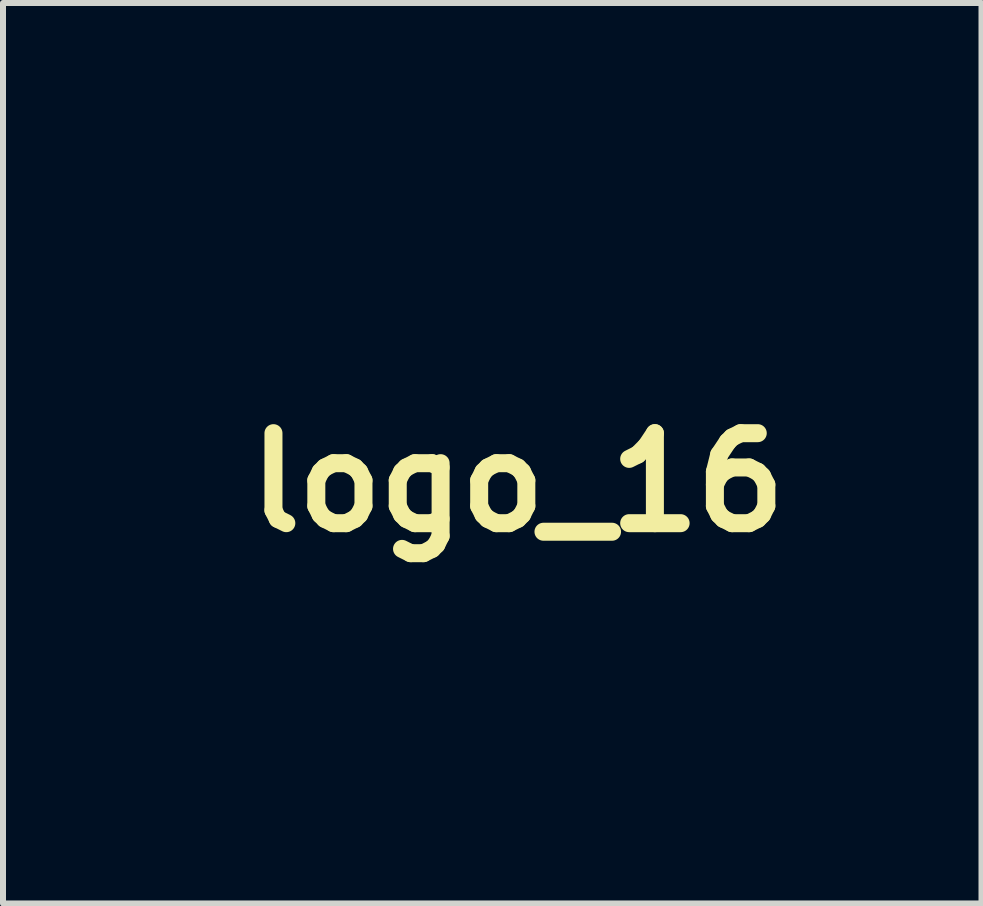
<source format=kicad_pcb>
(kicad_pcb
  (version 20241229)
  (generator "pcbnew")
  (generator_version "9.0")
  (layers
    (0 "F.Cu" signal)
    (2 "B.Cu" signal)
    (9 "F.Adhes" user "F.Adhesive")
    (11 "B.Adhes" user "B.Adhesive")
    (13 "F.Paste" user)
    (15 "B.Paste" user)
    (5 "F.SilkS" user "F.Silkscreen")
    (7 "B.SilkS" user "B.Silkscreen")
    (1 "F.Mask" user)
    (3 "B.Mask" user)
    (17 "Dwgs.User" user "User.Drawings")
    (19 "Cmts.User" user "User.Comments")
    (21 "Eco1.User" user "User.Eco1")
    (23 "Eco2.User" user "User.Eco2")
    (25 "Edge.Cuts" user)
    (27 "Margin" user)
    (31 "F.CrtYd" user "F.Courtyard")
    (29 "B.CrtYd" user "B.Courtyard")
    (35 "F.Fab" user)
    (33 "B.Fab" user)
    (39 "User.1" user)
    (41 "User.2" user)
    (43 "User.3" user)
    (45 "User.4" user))
  (footprint "logo_16"
    (layer "F.Cu")
    (at 5.579 4.991)
    (property "Reference" "logo_16" (at 0 0 0) (layer "F.SilkS") (effects (font (size 1.5 1.5) (thickness 0.3))))
    (attr board_only exclude_from_pos_files exclude_from_bom)
    (fp_poly (pts (xy -4.3 3.758) (xy -4.3 4.003) (xy -4.248 4.003) (xy -4.212 3.999) (xy -4.191 3.989) (xy -4.19 3.987) (xy -4.188 3.969) (xy -4.187 3.93) (xy -4.186 3.874) (xy -4.186 3.806) (xy -4.187 3.745) (xy -4.19 3.52) (xy -4.245 3.516) (xy -4.3 3.512)) (stroke (width 0) (type solid)) (fill yes) (layer "B.Mask"))
    (fp_poly (pts (xy -2.65 3.758) (xy -2.65 4.003) (xy -2.598 4.003) (xy -2.561 3.999) (xy -2.541 3.989) (xy -2.539 3.987) (xy -2.537 3.969) (xy -2.536 3.93) (xy -2.536 3.874) (xy -2.536 3.806) (xy -2.536 3.745) (xy -2.54 3.52) (xy -2.595 3.516) (xy -2.65 3.512)) (stroke (width 0) (type solid)) (fill yes) (layer "B.Mask"))
    (fp_poly (pts (xy 1.102 3.758) (xy 1.102 4.003) (xy 1.154 4.003) (xy 1.191 3.999) (xy 1.211 3.989) (xy 1.213 3.987) (xy 1.215 3.969) (xy 1.216 3.93) (xy 1.216 3.874) (xy 1.216 3.806) (xy 1.216 3.745) (xy 1.212 3.52) (xy 1.157 3.516) (xy 1.102 3.512)) (stroke (width 0) (type solid)) (fill yes) (layer "B.Mask"))
    (fp_poly (pts (xy -4.777 3.565) (xy -4.777 3.617) (xy -4.706 3.617) (xy -4.636 3.617) (xy -4.632 3.807) (xy -4.629 3.997) (xy -4.574 4.001) (xy -4.519 4.005) (xy -4.519 3.811) (xy -4.519 3.618) (xy -4.445 3.614) (xy -4.371 3.61) (xy -4.371 3.565) (xy -4.371 3.52) (xy -4.574 3.516) (xy -4.777 3.513)) (stroke (width 0) (type solid)) (fill yes) (layer "B.Mask"))
    (fp_poly (pts (xy 1.27 3.564) (xy 1.27 3.615) (xy 1.342 3.619) (xy 1.414 3.623) (xy 1.416 3.81) (xy 1.418 3.997) (xy 1.473 4.001) (xy 1.528 4.005) (xy 1.528 3.811) (xy 1.528 3.618) (xy 1.602 3.614) (xy 1.676 3.61) (xy 1.676 3.565) (xy 1.676 3.52) (xy 1.473 3.516) (xy 1.27 3.513)) (stroke (width 0) (type solid)) (fill yes) (layer "B.Mask"))
    (fp_poly (pts (xy -4.106 3.677) (xy -4.103 3.775) (xy -4.094 3.85) (xy -4.078 3.907) (xy -4.052 3.949) (xy -4.016 3.979) (xy -3.967 4.001) (xy -3.966 4.002) (xy -3.896 4.015) (xy -3.829 4.006) (xy -3.784 3.987) (xy -3.742 3.961) (xy -3.711 3.929) (xy -3.689 3.887) (xy -3.676 3.831) (xy -3.67 3.757) (xy -3.668 3.678) (xy -3.668 3.512) (xy -3.723 3.516) (xy -3.778 3.52) (xy -3.784 3.69) (xy -3.788 3.768) (xy -3.793 3.823) (xy -3.802 3.861) (xy -3.815 3.884) (xy -3.835 3.898) (xy -3.864 3.906) (xy -3.876 3.908) (xy -3.918 3.908) (xy -3.952 3.89) (xy -3.965 3.878) (xy -3.974 3.864) (xy -3.98 3.843) (xy -3.985 3.81) (xy -3.988 3.761) (xy -3.991 3.692) (xy -3.997 3.52) (xy -4.052 3.516) (xy -4.107 3.512)) (stroke (width 0) (type solid)) (fill yes) (layer "B.Mask"))
    (fp_poly (pts (xy -3.487 3.508) (xy -3.56 3.534) (xy -3.595 3.556) (xy -3.632 3.581) (xy -3.593 3.62) (xy -3.568 3.644) (xy -3.551 3.651) (xy -3.534 3.644) (xy -3.525 3.638) (xy -3.483 3.621) (xy -3.43 3.618) (xy -3.378 3.628) (xy -3.361 3.635) (xy -3.321 3.669) (xy -3.299 3.722) (xy -3.294 3.769) (xy -3.305 3.827) (xy -3.339 3.872) (xy -3.372 3.894) (xy -3.422 3.911) (xy -3.472 3.907) (xy -3.516 3.889) (xy -3.564 3.865) (xy -3.6 3.903) (xy -3.636 3.94) (xy -3.604 3.965) (xy -3.542 3.998) (xy -3.469 4.014) (xy -3.393 4.012) (xy -3.326 3.992) (xy -3.262 3.95) (xy -3.217 3.89) (xy -3.192 3.82) (xy -3.187 3.738) (xy -3.203 3.665) (xy -3.237 3.603) (xy -3.286 3.554) (xy -3.346 3.52) (xy -3.415 3.504)) (stroke (width 0) (type solid)) (fill yes) (layer "B.Mask"))
    (fp_poly (pts (xy -1.18 3.758) (xy -1.18 4.003) (xy -1.144 4.003) (xy -1.127 4.001) (xy -1.109 3.99) (xy -1.086 3.969) (xy -1.056 3.934) (xy -1.015 3.883) (xy -0.999 3.862) (xy -0.89 3.72) (xy -0.883 3.858) (xy -0.877 3.997) (xy -0.828 4.001) (xy -0.79 3.999) (xy -0.773 3.988) (xy -0.771 3.97) (xy -0.77 3.93) (xy -0.769 3.874) (xy -0.769 3.806) (xy -0.77 3.745) (xy -0.774 3.52) (xy -0.815 3.516) (xy -0.833 3.516) (xy -0.85 3.521) (xy -0.868 3.535) (xy -0.892 3.56) (xy -0.926 3.601) (xy -0.957 3.641) (xy -0.995 3.689) (xy -1.029 3.73) (xy -1.054 3.758) (xy -1.066 3.77) (xy -1.067 3.77) (xy -1.071 3.759) (xy -1.074 3.727) (xy -1.076 3.68) (xy -1.077 3.642) (xy -1.077 3.513) (xy -1.128 3.513) (xy -1.18 3.513)) (stroke (width 0) (type solid)) (fill yes) (layer "B.Mask"))
    (fp_poly (pts (xy -2.342 3.507) (xy -2.41 3.53) (xy -2.453 3.558) (xy -2.488 3.589) (xy -2.454 3.624) (xy -2.431 3.646) (xy -2.414 3.651) (xy -2.395 3.641) (xy -2.39 3.638) (xy -2.347 3.621) (xy -2.294 3.617) (xy -2.242 3.626) (xy -2.207 3.643) (xy -2.171 3.685) (xy -2.155 3.737) (xy -2.156 3.792) (xy -2.175 3.842) (xy -2.211 3.881) (xy -2.231 3.893) (xy -2.285 3.911) (xy -2.335 3.907) (xy -2.381 3.888) (xy -2.427 3.863) (xy -2.461 3.899) (xy -2.483 3.923) (xy -2.487 3.937) (xy -2.477 3.951) (xy -2.472 3.956) (xy -2.418 3.99) (xy -2.349 4.01) (xy -2.275 4.015) (xy -2.209 4.004) (xy -2.145 3.972) (xy -2.097 3.924) (xy -2.063 3.863) (xy -2.046 3.795) (xy -2.046 3.725) (xy -2.064 3.656) (xy -2.101 3.594) (xy -2.132 3.562) (xy -2.196 3.523) (xy -2.268 3.505)) (stroke (width 0) (type solid)) (fill yes) (layer "B.Mask"))
    (fp_poly (pts (xy -1.447 3.514) (xy -1.493 3.518) (xy -1.529 3.526) (xy -1.561 3.54) (xy -1.567 3.542) (xy -1.629 3.587) (xy -1.671 3.648) (xy -1.689 3.707) (xy -1.692 3.79) (xy -1.673 3.863) (xy -1.633 3.925) (xy -1.574 3.971) (xy -1.567 3.974) (xy -1.534 3.989) (xy -1.5 3.997) (xy -1.457 4.002) (xy -1.396 4.003) (xy -1.383 4.003) (xy -1.257 4.003) (xy -1.257 3.758) (xy -1.36 3.758) (xy -1.36 3.9) (xy -1.419 3.9) (xy -1.465 3.896) (xy -1.506 3.885) (xy -1.515 3.881) (xy -1.553 3.853) (xy -1.573 3.815) (xy -1.579 3.76) (xy -1.579 3.758) (xy -1.576 3.718) (xy -1.568 3.685) (xy -1.566 3.68) (xy -1.536 3.649) (xy -1.488 3.627) (xy -1.429 3.617) (xy -1.419 3.617) (xy -1.36 3.617) (xy -1.36 3.758) (xy -1.257 3.758) (xy -1.257 3.513) (xy -1.383 3.513)) (stroke (width 0) (type solid)) (fill yes) (layer "B.Mask"))
    (fp_poly (pts (xy 0.74 3.507) (xy 0.671 3.53) (xy 0.629 3.558) (xy 0.593 3.589) (xy 0.627 3.624) (xy 0.651 3.646) (xy 0.667 3.651) (xy 0.687 3.641) (xy 0.691 3.638) (xy 0.734 3.621) (xy 0.787 3.617) (xy 0.84 3.626) (xy 0.875 3.643) (xy 0.91 3.685) (xy 0.927 3.737) (xy 0.926 3.791) (xy 0.908 3.842) (xy 0.874 3.881) (xy 0.857 3.891) (xy 0.805 3.907) (xy 0.751 3.907) (xy 0.703 3.891) (xy 0.689 3.88) (xy 0.671 3.867) (xy 0.657 3.867) (xy 0.636 3.884) (xy 0.625 3.894) (xy 0.602 3.919) (xy 0.596 3.937) (xy 0.603 3.95) (xy 0.642 3.98) (xy 0.698 4.001) (xy 0.763 4.013) (xy 0.829 4.012) (xy 0.873 4.004) (xy 0.936 3.972) (xy 0.985 3.924) (xy 1.018 3.863) (xy 1.035 3.795) (xy 1.035 3.725) (xy 1.017 3.656) (xy 0.981 3.594) (xy 0.949 3.562) (xy 0.885 3.523) (xy 0.813 3.505)) (stroke (width 0) (type solid)) (fill yes) (layer "B.Mask"))
    (fp_poly (pts (xy 2.881 3.518) (xy 2.813 3.547) (xy 2.763 3.595) (xy 2.73 3.661) (xy 2.716 3.745) (xy 2.721 3.832) (xy 2.746 3.902) (xy 2.79 3.956) (xy 2.855 3.994) (xy 2.865 3.998) (xy 2.945 4.014) (xy 3.025 4.007) (xy 3.069 3.992) (xy 3.135 3.949) (xy 3.181 3.891) (xy 3.207 3.82) (xy 3.21 3.758) (xy 3.101 3.758) (xy 3.091 3.82) (xy 3.062 3.868) (xy 3.021 3.9) (xy 2.969 3.912) (xy 2.912 3.902) (xy 2.894 3.894) (xy 2.852 3.859) (xy 2.827 3.811) (xy 2.819 3.758) (xy 2.828 3.704) (xy 2.853 3.657) (xy 2.895 3.622) (xy 2.906 3.617) (xy 2.963 3.606) (xy 3.016 3.616) (xy 3.059 3.647) (xy 3.089 3.693) (xy 3.101 3.753) (xy 3.101 3.758) (xy 3.21 3.758) (xy 3.211 3.74) (xy 3.206 3.709) (xy 3.179 3.629) (xy 3.136 3.569) (xy 3.077 3.529) (xy 3.002 3.51) (xy 2.965 3.508)) (stroke (width 0) (type solid)) (fill yes) (layer "B.Mask"))
    (fp_poly (pts (xy -0.455 3.516) (xy -0.512 3.52) (xy -0.614 3.75) (xy -0.645 3.821) (xy -0.673 3.885) (xy -0.695 3.937) (xy -0.71 3.974) (xy -0.716 3.991) (xy -0.716 3.991) (xy -0.704 3.999) (xy -0.675 4.003) (xy -0.659 4.003) (xy -0.623 4.002) (xy -0.603 3.993) (xy -0.591 3.972) (xy -0.587 3.958) (xy -0.572 3.913) (xy -0.457 3.913) (xy -0.341 3.913) (xy -0.32 3.958) (xy -0.303 3.987) (xy -0.284 4) (xy -0.252 4.003) (xy -0.243 4.003) (xy -0.209 4.001) (xy -0.189 3.995) (xy -0.187 3.992) (xy -0.192 3.977) (xy -0.206 3.943) (xy -0.228 3.892) (xy -0.255 3.829) (xy -0.264 3.81) (xy -0.382 3.81) (xy -0.452 3.81) (xy -0.522 3.81) (xy -0.489 3.737) (xy -0.472 3.698) (xy -0.459 3.669) (xy -0.453 3.659) (xy -0.446 3.668) (xy -0.433 3.695) (xy -0.416 3.733) (xy -0.382 3.81) (xy -0.264 3.81) (xy -0.287 3.758) (xy -0.292 3.746) (xy -0.398 3.512)) (stroke (width 0) (type solid)) (fill yes) (layer "B.Mask"))
    (fp_poly (pts (xy 1.852 3.516) (xy 1.785 3.551) (xy 1.773 3.561) (xy 1.724 3.617) (xy 1.694 3.683) (xy 1.683 3.756) (xy 1.69 3.828) (xy 1.715 3.895) (xy 1.758 3.951) (xy 1.786 3.973) (xy 1.839 3.997) (xy 1.905 4.01) (xy 1.971 4.012) (xy 2.024 4.002) (xy 2.087 3.966) (xy 2.136 3.912) (xy 2.168 3.846) (xy 2.183 3.773) (xy 2.182 3.754) (xy 2.071 3.754) (xy 2.066 3.808) (xy 2.045 3.856) (xy 2.009 3.89) (xy 1.999 3.895) (xy 1.94 3.911) (xy 1.887 3.904) (xy 1.854 3.888) (xy 1.815 3.85) (xy 1.793 3.797) (xy 1.791 3.736) (xy 1.797 3.707) (xy 1.824 3.655) (xy 1.867 3.623) (xy 1.928 3.61) (xy 1.938 3.61) (xy 1.979 3.614) (xy 2.008 3.629) (xy 2.032 3.652) (xy 2.06 3.7) (xy 2.071 3.754) (xy 2.182 3.754) (xy 2.178 3.698) (xy 2.161 3.648) (xy 2.119 3.585) (xy 2.063 3.538) (xy 1.996 3.511) (xy 1.924 3.503)) (stroke (width 0) (type solid)) (fill yes) (layer "B.Mask"))
    (fp_poly (pts (xy 0.071 -2.837) (xy 0.071 -1.966) (xy 0.661 -1.964) (xy 0.783 -1.964) (xy 0.897 -1.964) (xy 1.002 -1.964) (xy 1.094 -1.964) (xy 1.17 -1.964) (xy 1.229 -1.964) (xy 1.266 -1.964) (xy 1.28 -1.965) (xy 1.302 -1.963) (xy 1.309 -1.957) (xy 1.3 -1.947) (xy 1.273 -1.92) (xy 1.231 -1.876) (xy 1.173 -1.817) (xy 1.1 -1.743) (xy 1.013 -1.656) (xy 0.914 -1.556) (xy 0.803 -1.444) (xy 0.682 -1.322) (xy 0.55 -1.19) (xy 0.409 -1.049) (xy 0.26 -0.899) (xy 0.104 -0.743) (xy -0.058 -0.58) (xy -0.226 -0.413) (xy -0.293 -0.345) (xy -1.895 1.257) (xy -1.534 1.256) (xy -1.173 1.255) (xy 0.679 -0.604) (xy 2.53 -2.463) (xy 1.552 -2.466) (xy 0.573 -2.469) (xy 0.577 -2.833) (xy 0.58 -3.198) (xy 1.621 -3.201) (xy 2.662 -3.204) (xy 2.662 -1.721) (xy 2.662 -0.239) (xy 2.914 -0.239) (xy 3.165 -0.239) (xy 3.165 -1.973) (xy 3.165 -3.707) (xy 1.618 -3.707) (xy 0.071 -3.707)) (stroke (width 0) (type solid)) (fill yes) (layer "B.Mask"))
    (fp_poly (pts (xy -0.13 -2.589) (xy -0.157 -2.563) (xy -0.2 -2.522) (xy -0.256 -2.467) (xy -0.325 -2.4) (xy -0.404 -2.321) (xy -0.493 -2.233) (xy -0.59 -2.136) (xy -0.694 -2.033) (xy -0.787 -1.94) (xy -1.444 -1.283) (xy -1.451 -1.834) (xy -1.457 -2.385) (xy -1.599 -2.383) (xy -1.741 -2.38) (xy -1.747 -1.457) (xy -1.748 -1.255) (xy -1.749 -1.077) (xy -1.749 -0.924) (xy -1.749 -0.796) (xy -1.748 -0.694) (xy -1.747 -0.617) (xy -1.745 -0.566) (xy -1.742 -0.54) (xy -1.741 -0.537) (xy -1.73 -0.546) (xy -1.702 -0.572) (xy -1.659 -0.613) (xy -1.603 -0.669) (xy -1.534 -0.737) (xy -1.454 -0.816) (xy -1.365 -0.905) (xy -1.269 -1.002) (xy -1.166 -1.105) (xy -1.077 -1.195) (xy -0.425 -1.851) (xy -0.419 -1.3) (xy -0.413 -0.748) (xy -0.261 -0.744) (xy -0.11 -0.741) (xy -0.11 -1.669) (xy -0.11 -1.821) (xy -0.11 -1.966) (xy -0.111 -2.101) (xy -0.112 -2.223) (xy -0.113 -2.332) (xy -0.114 -2.425) (xy -0.115 -2.5) (xy -0.116 -2.556) (xy -0.118 -2.589) (xy -0.119 -2.598)) (stroke (width 0) (type solid)) (fill yes) (layer "B.Mask"))
    (fp_poly (pts (xy 2.448 3.515) (xy 2.392 3.518) (xy 2.348 3.523) (xy 2.33 3.527) (xy 2.285 3.555) (xy 2.255 3.598) (xy 2.244 3.648) (xy 2.253 3.698) (xy 2.26 3.711) (xy 2.275 3.739) (xy 2.276 3.756) (xy 2.264 3.773) (xy 2.261 3.776) (xy 2.235 3.822) (xy 2.231 3.876) (xy 2.242 3.919) (xy 2.26 3.951) (xy 2.287 3.974) (xy 2.324 3.99) (xy 2.378 3.999) (xy 2.451 4.003) (xy 2.501 4.003) (xy 2.65 4.003) (xy 2.65 3.849) (xy 2.534 3.849) (xy 2.534 3.9) (xy 2.462 3.9) (xy 2.417 3.898) (xy 2.38 3.892) (xy 2.365 3.887) (xy 2.342 3.866) (xy 2.342 3.845) (xy 2.36 3.824) (xy 2.394 3.808) (xy 2.441 3.798) (xy 2.466 3.797) (xy 2.534 3.797) (xy 2.534 3.849) (xy 2.65 3.849) (xy 2.65 3.758) (xy 2.65 3.663) (xy 2.534 3.663) (xy 2.534 3.71) (xy 2.456 3.704) (xy 2.412 3.699) (xy 2.377 3.69) (xy 2.363 3.683) (xy 2.354 3.663) (xy 2.361 3.645) (xy 2.379 3.631) (xy 2.413 3.623) (xy 2.454 3.619) (xy 2.534 3.615) (xy 2.534 3.663) (xy 2.65 3.663) (xy 2.65 3.513) (xy 2.51 3.513)) (stroke (width 0) (type solid)) (fill yes) (layer "B.Mask"))
    (fp_poly (pts (xy 0.27 3.511) (xy 0.205 3.543) (xy 0.176 3.569) (xy 0.145 3.602) (xy 0.188 3.628) (xy 0.216 3.644) (xy 0.234 3.647) (xy 0.253 3.636) (xy 0.262 3.629) (xy 0.297 3.612) (xy 0.34 3.604) (xy 0.382 3.606) (xy 0.414 3.618) (xy 0.419 3.623) (xy 0.429 3.65) (xy 0.417 3.674) (xy 0.391 3.686) (xy 0.32 3.7) (xy 0.27 3.711) (xy 0.236 3.721) (xy 0.212 3.732) (xy 0.194 3.745) (xy 0.183 3.756) (xy 0.149 3.808) (xy 0.14 3.864) (xy 0.153 3.918) (xy 0.184 3.961) (xy 0.233 3.993) (xy 0.294 4.012) (xy 0.361 4.016) (xy 0.428 4.004) (xy 0.469 3.987) (xy 0.512 3.96) (xy 0.542 3.93) (xy 0.557 3.901) (xy 0.554 3.879) (xy 0.548 3.874) (xy 0.505 3.855) (xy 0.469 3.859) (xy 0.441 3.88) (xy 0.406 3.902) (xy 0.364 3.913) (xy 0.321 3.913) (xy 0.283 3.903) (xy 0.258 3.884) (xy 0.251 3.863) (xy 0.258 3.838) (xy 0.28 3.819) (xy 0.322 3.804) (xy 0.362 3.796) (xy 0.435 3.778) (xy 0.485 3.756) (xy 0.517 3.726) (xy 0.532 3.685) (xy 0.535 3.646) (xy 0.524 3.588) (xy 0.492 3.544) (xy 0.44 3.515) (xy 0.371 3.501) (xy 0.348 3.501)) (stroke (width 0) (type solid)) (fill yes) (layer "B.Mask"))
    (fp_poly (pts (xy -2.872 3.514) (xy -2.939 3.514) (xy -2.987 3.517) (xy -3.02 3.522) (xy -3.045 3.531) (xy -3.058 3.539) (xy -3.106 3.582) (xy -3.132 3.638) (xy -3.136 3.703) (xy -3.124 3.748) (xy -3.103 3.788) (xy -3.076 3.815) (xy -3.053 3.823) (xy -3.041 3.825) (xy -3.039 3.833) (xy -3.05 3.851) (xy -3.075 3.882) (xy -3.101 3.912) (xy -3.132 3.948) (xy -3.154 3.977) (xy -3.165 3.994) (xy -3.165 3.995) (xy -3.154 4) (xy -3.124 4.003) (xy -3.103 4.003) (xy -3.071 4.002) (xy -3.047 3.997) (xy -3.025 3.982) (xy -2.998 3.954) (xy -2.973 3.926) (xy -2.93 3.88) (xy -2.897 3.855) (xy -2.875 3.849) (xy -2.858 3.851) (xy -2.848 3.862) (xy -2.843 3.887) (xy -2.84 3.923) (xy -2.837 3.997) (xy -2.782 4.001) (xy -2.727 4.005) (xy -2.727 3.759) (xy -2.727 3.637) (xy -2.839 3.637) (xy -2.84 3.669) (xy -2.841 3.687) (xy -2.846 3.746) (xy -2.919 3.746) (xy -2.962 3.743) (xy -2.995 3.736) (xy -3.008 3.73) (xy -3.02 3.706) (xy -3.024 3.681) (xy -3.018 3.65) (xy -3.008 3.632) (xy -2.989 3.625) (xy -2.954 3.62) (xy -2.913 3.616) (xy -2.874 3.616) (xy -2.848 3.619) (xy -2.842 3.622) (xy -2.839 3.637) (xy -2.727 3.637) (xy -2.727 3.513)) (stroke (width 0) (type solid)) (fill yes) (layer "B.Mask"))
    (fp_poly (pts (xy 3.439 3.516) (xy 3.377 3.523) (xy 3.331 3.537) (xy 3.297 3.56) (xy 3.273 3.589) (xy 3.255 3.634) (xy 3.251 3.686) (xy 3.26 3.738) (xy 3.28 3.782) (xy 3.309 3.812) (xy 3.321 3.817) (xy 3.339 3.825) (xy 3.343 3.837) (xy 3.333 3.856) (xy 3.307 3.888) (xy 3.288 3.91) (xy 3.258 3.945) (xy 3.237 3.974) (xy 3.23 3.989) (xy 3.242 3.998) (xy 3.272 4.003) (xy 3.287 4.003) (xy 3.317 4.002) (xy 3.34 3.995) (xy 3.363 3.979) (xy 3.392 3.949) (xy 3.412 3.926) (xy 3.452 3.884) (xy 3.481 3.86) (xy 3.506 3.85) (xy 3.516 3.849) (xy 3.536 3.85) (xy 3.547 3.858) (xy 3.551 3.878) (xy 3.552 3.917) (xy 3.552 3.926) (xy 3.552 4.003) (xy 3.604 4.003) (xy 3.641 3.999) (xy 3.661 3.989) (xy 3.662 3.987) (xy 3.664 3.969) (xy 3.666 3.93) (xy 3.666 3.874) (xy 3.666 3.806) (xy 3.665 3.745) (xy 3.664 3.681) (xy 3.552 3.681) (xy 3.552 3.746) (xy 3.476 3.746) (xy 3.419 3.742) (xy 3.385 3.73) (xy 3.379 3.725) (xy 3.362 3.698) (xy 3.359 3.681) (xy 3.368 3.648) (xy 3.398 3.627) (xy 3.449 3.617) (xy 3.476 3.617) (xy 3.552 3.617) (xy 3.552 3.681) (xy 3.664 3.681) (xy 3.662 3.52) (xy 3.523 3.516)) (stroke (width 0) (type solid)) (fill yes) (layer "B.Mask"))
    (fp_poly (pts (xy -5.098 3.511) (xy -5.154 3.534) (xy -5.195 3.568) (xy -5.199 3.574) (xy -5.212 3.595) (xy -5.212 3.608) (xy -5.196 3.62) (xy -5.169 3.634) (xy -5.14 3.646) (xy -5.123 3.645) (xy -5.106 3.63) (xy -5.105 3.629) (xy -5.076 3.611) (xy -5.036 3.603) (xy -4.994 3.604) (xy -4.96 3.615) (xy -4.945 3.629) (xy -4.939 3.651) (xy -4.954 3.669) (xy -4.96 3.674) (xy -4.992 3.689) (xy -5.016 3.694) (xy -5.063 3.7) (xy -5.115 3.716) (xy -5.163 3.738) (xy -5.197 3.762) (xy -5.202 3.767) (xy -5.226 3.816) (xy -5.229 3.871) (xy -5.211 3.923) (xy -5.177 3.969) (xy -5.13 3.999) (xy -5.079 4.011) (xy -5.017 4.015) (xy -4.956 4.01) (xy -4.912 3.998) (xy -4.883 3.98) (xy -4.852 3.954) (xy -4.826 3.925) (xy -4.81 3.901) (xy -4.809 3.888) (xy -4.824 3.877) (xy -4.853 3.862) (xy -4.856 3.861) (xy -4.885 3.851) (xy -4.902 3.854) (xy -4.911 3.864) (xy -4.943 3.892) (xy -4.984 3.908) (xy -5.027 3.913) (xy -5.068 3.907) (xy -5.098 3.89) (xy -5.112 3.861) (xy -5.112 3.856) (xy -5.106 3.835) (xy -5.085 3.818) (xy -5.046 3.804) (xy -4.986 3.792) (xy -4.971 3.79) (xy -4.911 3.771) (xy -4.867 3.737) (xy -4.84 3.694) (xy -4.829 3.647) (xy -4.838 3.599) (xy -4.866 3.555) (xy -4.908 3.525) (xy -4.968 3.505) (xy -5.034 3.501)) (stroke (width 0) (type solid)) (fill yes) (layer "B.Mask"))
    (fp_poly (pts (xy 1.321 -0.974) (xy 1.292 -0.948) (xy 1.247 -0.906) (xy 1.187 -0.85) (xy 1.114 -0.781) (xy 1.03 -0.699) (xy 0.934 -0.607) (xy 0.83 -0.506) (xy 0.717 -0.397) (xy 0.598 -0.28) (xy 0.473 -0.158) (xy 0.423 -0.11) (xy 0.292 0.02) (xy 0.161 0.148) (xy 0.033 0.273) (xy -0.09 0.394) (xy -0.206 0.508) (xy -0.315 0.614) (xy -0.413 0.711) (xy -0.501 0.797) (xy -0.575 0.869) (xy -0.634 0.927) (xy -0.677 0.969) (xy -0.68 0.972) (xy -0.741 1.033) (xy -0.795 1.087) (xy -0.841 1.134) (xy -0.874 1.17) (xy -0.893 1.192) (xy -0.896 1.198) (xy -0.887 1.209) (xy -0.861 1.237) (xy -0.819 1.28) (xy -0.763 1.337) (xy -0.694 1.407) (xy -0.613 1.488) (xy -0.522 1.58) (xy -0.422 1.68) (xy -0.314 1.788) (xy -0.199 1.901) (xy -0.111 1.988) (xy 0.674 2.765) (xy 0.66 2.814) (xy 0.653 2.885) (xy 0.671 2.949) (xy 0.714 3.01) (xy 0.714 3.011) (xy 0.741 3.038) (xy 0.763 3.053) (xy 0.79 3.06) (xy 0.829 3.062) (xy 0.852 3.062) (xy 0.908 3.058) (xy 0.955 3.05) (xy 0.975 3.043) (xy 1.016 3.008) (xy 1.049 2.957) (xy 1.069 2.897) (xy 1.07 2.888) (xy 1.07 2.876) (xy 0.986 2.876) (xy 0.975 2.916) (xy 0.944 2.952) (xy 0.902 2.977) (xy 0.862 2.985) (xy 0.826 2.982) (xy 0.801 2.976) (xy 0.799 2.975) (xy 0.764 2.938) (xy 0.746 2.89) (xy 0.745 2.84) (xy 0.763 2.796) (xy 0.772 2.785) (xy 0.819 2.754) (xy 0.868 2.745) (xy 0.914 2.756) (xy 0.953 2.784) (xy 0.979 2.828) (xy 0.986 2.876) (xy 1.07 2.876) (xy 1.067 2.833) (xy 1.047 2.775) (xy 1.013 2.724) (xy 0.985 2.697) (xy 0.926 2.669) (xy 0.858 2.661) (xy 0.793 2.672) (xy 0.758 2.682) (xy 0.732 2.686) (xy 0.727 2.686) (xy 0.717 2.676) (xy 0.689 2.65) (xy 0.646 2.608) (xy 0.589 2.552) (xy 0.519 2.483) (xy 0.438 2.402) (xy 0.347 2.312) (xy 0.247 2.213) (xy 0.14 2.107) (xy 0.028 1.994) (xy -0.026 1.94) (xy -0.767 1.199) (xy -0.467 0.902) (xy -0.385 0.82) (xy -0.288 0.725) (xy -0.183 0.621) (xy -0.073 0.513) (xy 0.036 0.406) (xy 0.139 0.305) (xy 0.2 0.245) (xy 0.375 0.073) (xy 0.533 -0.082) (xy 0.674 -0.22) (xy 0.799 -0.343) (xy 0.909 -0.452) (xy 1.006 -0.547) (xy 1.089 -0.63) (xy 1.16 -0.7) (xy 1.22 -0.761) (xy 1.27 -0.811) (xy 1.31 -0.852) (xy 1.341 -0.886) (xy 1.365 -0.912) (xy 1.382 -0.932) (xy 1.393 -0.947) (xy 1.399 -0.957) (xy 1.401 -0.965) (xy 1.4 -0.969) (xy 1.396 -0.972) (xy 1.391 -0.974) (xy 1.39 -0.974) (xy 1.357 -0.983) (xy 1.333 -0.984)) (stroke (width 0) (type solid)) (fill yes) (layer "B.Mask"))
    (fp_poly (pts (xy 0.972 -0.175) (xy 0.943 -0.149) (xy 0.898 -0.108) (xy 0.84 -0.053) (xy 0.77 0.014) (xy 0.69 0.091) (xy 0.601 0.176) (xy 0.505 0.269) (xy 0.404 0.368) (xy 0.385 0.387) (xy 0.28 0.49) (xy 0.178 0.59) (xy 0.082 0.685) (xy -0.008 0.773) (xy -0.09 0.853) (xy -0.16 0.922) (xy -0.218 0.979) (xy -0.262 1.021) (xy -0.289 1.048) (xy -0.29 1.048) (xy -0.387 1.141) (xy -0.006 1.516) (xy 0.09 1.612) (xy 0.195 1.715) (xy 0.301 1.821) (xy 0.407 1.925) (xy 0.506 2.023) (xy 0.595 2.112) (xy 0.658 2.174) (xy 0.941 2.456) (xy 1.431 2.463) (xy 1.547 2.464) (xy 1.659 2.466) (xy 1.764 2.468) (xy 1.858 2.471) (xy 1.938 2.473) (xy 1.999 2.475) (xy 2.037 2.477) (xy 2.153 2.484) (xy 2.189 2.542) (xy 2.234 2.596) (xy 2.279 2.624) (xy 2.328 2.643) (xy 2.368 2.647) (xy 2.413 2.638) (xy 2.436 2.63) (xy 2.497 2.598) (xy 2.54 2.549) (xy 2.567 2.481) (xy 2.577 2.439) (xy 2.577 2.429) (xy 2.488 2.429) (xy 2.478 2.48) (xy 2.444 2.524) (xy 2.441 2.527) (xy 2.394 2.554) (xy 2.344 2.556) (xy 2.303 2.541) (xy 2.264 2.509) (xy 2.244 2.467) (xy 2.242 2.421) (xy 2.256 2.378) (xy 2.285 2.342) (xy 2.327 2.319) (xy 2.362 2.314) (xy 2.416 2.322) (xy 2.455 2.348) (xy 2.475 2.378) (xy 2.488 2.429) (xy 2.577 2.429) (xy 2.577 2.409) (xy 2.569 2.379) (xy 2.561 2.361) (xy 2.519 2.295) (xy 2.464 2.25) (xy 2.4 2.226) (xy 2.329 2.225) (xy 2.309 2.229) (xy 2.268 2.249) (xy 2.226 2.283) (xy 2.189 2.324) (xy 2.172 2.355) (xy 2.155 2.395) (xy 1.896 2.387) (xy 1.8 2.384) (xy 1.698 2.382) (xy 1.597 2.38) (xy 1.507 2.379) (xy 1.451 2.378) (xy 1.367 2.377) (xy 1.276 2.376) (xy 1.189 2.373) (xy 1.116 2.37) (xy 1.115 2.37) (xy 0.967 2.362) (xy 0.364 1.755) (xy 0.261 1.651) (xy 0.164 1.553) (xy 0.074 1.461) (xy -0.008 1.378) (xy -0.08 1.305) (xy -0.14 1.243) (xy -0.187 1.195) (xy -0.22 1.161) (xy -0.237 1.142) (xy -0.238 1.14) (xy -0.23 1.129) (xy -0.205 1.103) (xy -0.166 1.064) (xy -0.116 1.014) (xy -0.057 0.955) (xy 0.008 0.891) (xy 0.01 0.889) (xy 0.075 0.825) (xy 0.155 0.747) (xy 0.246 0.657) (xy 0.344 0.561) (xy 0.446 0.46) (xy 0.548 0.36) (xy 0.647 0.263) (xy 0.667 0.242) (xy 0.765 0.146) (xy 0.845 0.067) (xy 0.91 0.002) (xy 0.961 -0.049) (xy 0.999 -0.089) (xy 1.026 -0.119) (xy 1.044 -0.14) (xy 1.053 -0.154) (xy 1.055 -0.164) (xy 1.052 -0.17) (xy 1.046 -0.174) (xy 1.042 -0.175) (xy 1.009 -0.183) (xy 0.985 -0.184)) (stroke (width 0) (type solid)) (fill yes) (layer "B.Mask"))
    (fp_poly (pts (xy -2.958 -3.613) (xy -3.102 -3.613) (xy -3.27 -3.611) (xy -3.463 -3.61) (xy -3.475 -3.609) (xy -3.622 -3.608) (xy -3.762 -3.606) (xy -3.891 -3.605) (xy -4.009 -3.603) (xy -4.113 -3.602) (xy -4.2 -3.601) (xy -4.27 -3.599) (xy -4.318 -3.598) (xy -4.345 -3.598) (xy -4.349 -3.597) (xy -4.351 -3.582) (xy -4.353 -3.541) (xy -4.354 -3.475) (xy -4.354 -3.383) (xy -4.353 -3.265) (xy -4.353 -3.264) (xy -4.352 -3.086) (xy -3.472 -3.095) (xy -3.298 -3.097) (xy -3.149 -3.098) (xy -3.021 -3.099) (xy -2.914 -3.1) (xy -2.825 -3.1) (xy -2.752 -3.099) (xy -2.694 -3.099) (xy -2.648 -3.097) (xy -2.613 -3.096) (xy -2.586 -3.093) (xy -2.566 -3.09) (xy -2.552 -3.087) (xy -2.54 -3.082) (xy -2.48 -3.049) (xy -2.438 -3.005) (xy -2.41 -2.944) (xy -2.409 -2.94) (xy -2.405 -2.925) (xy -2.401 -2.905) (xy -2.398 -2.879) (xy -2.396 -2.844) (xy -2.393 -2.799) (xy -2.391 -2.743) (xy -2.39 -2.672) (xy -2.388 -2.586) (xy -2.387 -2.482) (xy -2.386 -2.358) (xy -2.384 -2.214) (xy -2.383 -2.046) (xy -2.383 -1.966) (xy -2.382 -1.799) (xy -2.382 -1.626) (xy -2.382 -1.451) (xy -2.382 -1.28) (xy -2.382 -1.114) (xy -2.383 -0.958) (xy -2.385 -0.816) (xy -2.386 -0.691) (xy -2.388 -0.588) (xy -2.388 -0.574) (xy -2.391 -0.449) (xy -2.393 -0.348) (xy -2.396 -0.267) (xy -2.398 -0.204) (xy -2.401 -0.155) (xy -2.404 -0.119) (xy -2.408 -0.092) (xy -2.413 -0.072) (xy -2.419 -0.056) (xy -2.426 -0.041) (xy -2.431 -0.032) (xy -2.473 0.023) (xy -2.521 0.056) (xy -2.579 0.086) (xy -3.468 0.082) (xy -4.358 0.077) (xy -4.362 0.332) (xy -4.367 0.587) (xy -3.963 0.587) (xy -3.838 0.588) (xy -3.718 0.589) (xy -3.603 0.59) (xy -3.498 0.592) (xy -3.406 0.594) (xy -3.328 0.597) (xy -3.27 0.599) (xy -3.232 0.602) (xy -3.223 0.603) (xy -3.208 0.604) (xy -3.169 0.604) (xy -3.112 0.603) (xy -3.039 0.602) (xy -2.954 0.601) (xy -2.861 0.599) (xy -2.843 0.599) (xy -2.734 0.597) (xy -2.648 0.594) (xy -2.581 0.592) (xy -2.529 0.589) (xy -2.49 0.585) (xy -2.46 0.58) (xy -2.435 0.574) (xy -2.413 0.567) (xy -2.408 0.565) (xy -2.295 0.509) (xy -2.201 0.437) (xy -2.124 0.35) (xy -2.065 0.245) (xy -2.021 0.122) (xy -1.993 -0.021) (xy -1.985 -0.097) (xy -1.984 -0.13) (xy -1.982 -0.186) (xy -1.981 -0.263) (xy -1.98 -0.36) (xy -1.979 -0.474) (xy -1.978 -0.602) (xy -1.977 -0.743) (xy -1.976 -0.894) (xy -1.975 -1.053) (xy -1.975 -1.218) (xy -1.974 -1.387) (xy -1.974 -1.557) (xy -1.974 -1.726) (xy -1.974 -1.893) (xy -1.974 -2.054) (xy -1.975 -2.208) (xy -1.975 -2.351) (xy -1.976 -2.484) (xy -1.977 -2.602) (xy -1.977 -2.703) (xy -1.979 -2.787) (xy -1.98 -2.849) (xy -1.981 -2.889) (xy -1.982 -2.895) (xy -1.998 -3.038) (xy -2.026 -3.162) (xy -2.066 -3.268) (xy -2.119 -3.36) (xy -2.187 -3.441) (xy -2.202 -3.456) (xy -2.292 -3.524) (xy -2.398 -3.574) (xy -2.514 -3.604) (xy -2.543 -3.607) (xy -2.589 -3.61) (xy -2.652 -3.611) (xy -2.734 -3.613) (xy -2.835 -3.613)) (stroke (width 0) (type solid)) (fill yes) (layer "B.Mask"))
    (fp_poly (pts (xy 1.034 -4.966) (xy 0.979 -4.946) (xy 0.934 -4.907) (xy 0.913 -4.879) (xy 0.884 -4.816) (xy 0.878 -4.754) (xy 0.89 -4.696) (xy 0.919 -4.645) (xy 0.961 -4.603) (xy 1.012 -4.574) (xy 1.07 -4.56) (xy 1.132 -4.564) (xy 1.193 -4.59) (xy 1.217 -4.607) (xy 1.267 -4.647) (xy 1.433 -4.578) (xy 1.477 -4.559) (xy 1.543 -4.532) (xy 1.626 -4.498) (xy 1.725 -4.458) (xy 1.835 -4.413) (xy 1.953 -4.364) (xy 2.078 -4.313) (xy 2.206 -4.261) (xy 2.237 -4.248) (xy 2.368 -4.195) (xy 2.5 -4.141) (xy 2.629 -4.088) (xy 2.752 -4.038) (xy 2.866 -3.991) (xy 2.966 -3.95) (xy 3.05 -3.916) (xy 3.114 -3.889) (xy 3.12 -3.887) (xy 3.365 -3.786) (xy 3.372 -2.28) (xy 3.378 -0.774) (xy 3.454 -0.645) (xy 3.487 -0.589) (xy 3.523 -0.527) (xy 3.564 -0.457) (xy 3.611 -0.375) (xy 3.666 -0.281) (xy 3.729 -0.17) (xy 3.803 -0.042) (xy 3.871 0.077) (xy 3.914 0.152) (xy 3.953 0.219) (xy 3.987 0.276) (xy 4.012 0.319) (xy 4.028 0.345) (xy 4.032 0.351) (xy 4.034 0.372) (xy 4.017 0.406) (xy 4.015 0.408) (xy 3.989 0.463) (xy 3.979 0.525) (xy 3.984 0.587) (xy 4.005 0.637) (xy 4.034 0.673) (xy 4.066 0.703) (xy 4.07 0.707) (xy 4.111 0.725) (xy 4.165 0.736) (xy 4.22 0.737) (xy 4.261 0.728) (xy 4.32 0.69) (xy 4.363 0.636) (xy 4.386 0.573) (xy 4.388 0.53) (xy 4.311 0.53) (xy 4.3 0.574) (xy 4.294 0.587) (xy 4.266 0.625) (xy 4.228 0.645) (xy 4.18 0.651) (xy 4.133 0.643) (xy 4.1 0.619) (xy 4.077 0.588) (xy 4.068 0.549) (xy 4.068 0.53) (xy 4.071 0.49) (xy 4.085 0.462) (xy 4.108 0.44) (xy 4.155 0.411) (xy 4.201 0.408) (xy 4.248 0.431) (xy 4.269 0.45) (xy 4.302 0.491) (xy 4.311 0.53) (xy 4.388 0.53) (xy 4.389 0.504) (xy 4.369 0.437) (xy 4.331 0.383) (xy 4.277 0.348) (xy 4.203 0.33) (xy 4.191 0.329) (xy 4.114 0.322) (xy 3.788 -0.244) (xy 3.462 -0.811) (xy 3.462 -2.328) (xy 3.462 -3.845) (xy 3.401 -3.868) (xy 3.374 -3.879) (xy 3.327 -3.898) (xy 3.263 -3.924) (xy 3.185 -3.955) (xy 3.096 -3.991) (xy 3 -4.031) (xy 2.933 -4.058) (xy 2.818 -4.105) (xy 2.694 -4.156) (xy 2.567 -4.208) (xy 2.443 -4.259) (xy 2.33 -4.305) (xy 2.233 -4.345) (xy 2.218 -4.351) (xy 2.047 -4.421) (xy 1.899 -4.481) (xy 1.772 -4.533) (xy 1.664 -4.578) (xy 1.573 -4.615) (xy 1.499 -4.646) (xy 1.439 -4.672) (xy 1.392 -4.692) (xy 1.356 -4.709) (xy 1.33 -4.722) (xy 1.313 -4.732) (xy 1.302 -4.739) (xy 1.297 -4.746) (xy 1.295 -4.752) (xy 1.295 -4.757) (xy 1.296 -4.764) (xy 1.296 -4.766) (xy 1.291 -4.793) (xy 1.209 -4.793) (xy 1.208 -4.739) (xy 1.183 -4.693) (xy 1.139 -4.659) (xy 1.102 -4.645) (xy 1.066 -4.646) (xy 1.026 -4.663) (xy 0.99 -4.691) (xy 0.986 -4.696) (xy 0.964 -4.742) (xy 0.964 -4.789) (xy 0.983 -4.833) (xy 1.017 -4.869) (xy 1.064 -4.89) (xy 1.096 -4.893) (xy 1.132 -4.882) (xy 1.169 -4.856) (xy 1.198 -4.82) (xy 1.209 -4.793) (xy 1.291 -4.793) (xy 1.284 -4.829) (xy 1.251 -4.889) (xy 1.22 -4.924) (xy 1.19 -4.948) (xy 1.156 -4.961) (xy 1.108 -4.968) (xy 1.104 -4.968)) (stroke (width 0) (type solid)) (fill yes) (layer "B.Mask"))
    (fp_poly (pts (xy 1.913 -4.987) (xy 1.859 -4.97) (xy 1.84 -4.96) (xy 1.791 -4.911) (xy 1.764 -4.849) (xy 1.758 -4.786) (xy 1.771 -4.713) (xy 1.803 -4.653) (xy 1.852 -4.611) (xy 1.916 -4.587) (xy 1.956 -4.584) (xy 2.031 -4.594) (xy 2.09 -4.624) (xy 2.112 -4.645) (xy 2.117 -4.65) (xy 2.123 -4.653) (xy 2.133 -4.654) (xy 2.147 -4.652) (xy 2.169 -4.647) (xy 2.198 -4.637) (xy 2.238 -4.623) (xy 2.29 -4.604) (xy 2.355 -4.578) (xy 2.436 -4.546) (xy 2.534 -4.506) (xy 2.65 -4.459) (xy 2.788 -4.403) (xy 2.93 -4.344) (xy 3.726 -4.018) (xy 3.729 -2.523) (xy 3.733 -1.028) (xy 3.694 -1.012) (xy 3.645 -0.979) (xy 3.605 -0.93) (xy 3.578 -0.872) (xy 3.569 -0.812) (xy 3.573 -0.784) (xy 3.601 -0.715) (xy 3.647 -0.663) (xy 3.708 -0.629) (xy 3.781 -0.616) (xy 3.845 -0.622) (xy 3.891 -0.642) (xy 3.932 -0.682) (xy 3.964 -0.735) (xy 3.983 -0.794) (xy 3.985 -0.824) (xy 3.901 -0.824) (xy 3.894 -0.778) (xy 3.866 -0.737) (xy 3.821 -0.708) (xy 3.771 -0.7) (xy 3.722 -0.715) (xy 3.689 -0.742) (xy 3.661 -0.792) (xy 3.656 -0.842) (xy 3.674 -0.888) (xy 3.712 -0.924) (xy 3.732 -0.934) (xy 3.783 -0.944) (xy 3.828 -0.933) (xy 3.865 -0.906) (xy 3.891 -0.868) (xy 3.901 -0.824) (xy 3.985 -0.824) (xy 3.987 -0.852) (xy 3.985 -0.863) (xy 3.965 -0.914) (xy 3.928 -0.963) (xy 3.883 -1.001) (xy 3.862 -1.012) (xy 3.823 -1.028) (xy 3.823 -1.595) (xy 3.823 -2.163) (xy 3.852 -2.144) (xy 3.874 -2.129) (xy 3.912 -2.104) (xy 3.961 -2.072) (xy 4.013 -2.038) (xy 4.145 -1.951) (xy 4.145 -1.65) (xy 4.145 -1.555) (xy 4.145 -1.481) (xy 4.144 -1.428) (xy 4.142 -1.391) (xy 4.139 -1.366) (xy 4.134 -1.352) (xy 4.128 -1.345) (xy 4.12 -1.341) (xy 4.119 -1.341) (xy 4.093 -1.327) (xy 4.06 -1.304) (xy 4.054 -1.3) (xy 4.008 -1.247) (xy 3.983 -1.187) (xy 3.978 -1.125) (xy 3.992 -1.065) (xy 4.022 -1.012) (xy 4.067 -0.969) (xy 4.126 -0.942) (xy 4.184 -0.935) (xy 4.25 -0.946) (xy 4.307 -0.977) (xy 4.352 -1.023) (xy 4.381 -1.08) (xy 4.392 -1.14) (xy 4.306 -1.14) (xy 4.295 -1.088) (xy 4.266 -1.048) (xy 4.225 -1.024) (xy 4.178 -1.018) (xy 4.129 -1.031) (xy 4.097 -1.053) (xy 4.074 -1.088) (xy 4.068 -1.131) (xy 4.074 -1.187) (xy 4.097 -1.225) (xy 4.137 -1.251) (xy 4.14 -1.252) (xy 4.175 -1.263) (xy 4.204 -1.261) (xy 4.226 -1.253) (xy 4.273 -1.225) (xy 4.299 -1.187) (xy 4.306 -1.14) (xy 4.392 -1.14) (xy 4.392 -1.142) (xy 4.382 -1.206) (xy 4.371 -1.23) (xy 4.344 -1.269) (xy 4.305 -1.307) (xy 4.264 -1.334) (xy 4.248 -1.341) (xy 4.241 -1.344) (xy 4.234 -1.351) (xy 4.23 -1.364) (xy 4.227 -1.387) (xy 4.224 -1.421) (xy 4.223 -1.472) (xy 4.222 -1.54) (xy 4.222 -1.63) (xy 4.222 -1.68) (xy 4.221 -2.011) (xy 4.022 -2.138) (xy 3.823 -2.265) (xy 3.823 -3.17) (xy 3.823 -4.074) (xy 3.272 -4.3) (xy 3.147 -4.351) (xy 3.019 -4.403) (xy 2.892 -4.455) (xy 2.77 -4.505) (xy 2.658 -4.551) (xy 2.56 -4.591) (xy 2.479 -4.624) (xy 2.45 -4.636) (xy 2.179 -4.748) (xy 2.172 -4.79) (xy 2.082 -4.79) (xy 2.073 -4.736) (xy 2.044 -4.697) (xy 2.021 -4.681) (xy 1.975 -4.664) (xy 1.932 -4.667) (xy 1.904 -4.679) (xy 1.863 -4.713) (xy 1.842 -4.759) (xy 1.841 -4.809) (xy 1.862 -4.857) (xy 1.865 -4.86) (xy 1.908 -4.899) (xy 1.957 -4.913) (xy 1.999 -4.906) (xy 2.046 -4.878) (xy 2.075 -4.834) (xy 2.082 -4.79) (xy 2.172 -4.79) (xy 2.17 -4.802) (xy 2.146 -4.879) (xy 2.104 -4.94) (xy 2.078 -4.963) (xy 2.032 -4.983) (xy 1.974 -4.991)) (stroke (width 0) (type solid)) (fill yes) (layer "B.Mask"))
    (fp_poly (pts (xy -4.543 -1.829) (xy -4.576 -1.808) (xy -4.619 -1.776) (xy -4.665 -1.739) (xy -4.711 -1.698) (xy -4.753 -1.66) (xy -4.787 -1.626) (xy -4.808 -1.6) (xy -4.812 -1.588) (xy -4.803 -1.572) (xy -4.784 -1.538) (xy -4.757 -1.491) (xy -4.723 -1.434) (xy -4.702 -1.399) (xy -4.599 -1.226) (xy -4.631 -1.187) (xy -4.652 -1.16) (xy -4.684 -1.119) (xy -4.721 -1.07) (xy -4.748 -1.034) (xy -4.794 -0.976) (xy -4.828 -0.94) (xy -4.849 -0.926) (xy -4.854 -0.926) (xy -4.935 -0.949) (xy -5.014 -0.971) (xy -5.089 -0.991) (xy -5.155 -1.009) (xy -5.209 -1.023) (xy -5.245 -1.031) (xy -5.262 -1.034) (xy -5.262 -1.034) (xy -5.27 -1.02) (xy -5.286 -0.988) (xy -5.307 -0.944) (xy -5.332 -0.891) (xy -5.357 -0.837) (xy -5.38 -0.786) (xy -5.399 -0.744) (xy -5.411 -0.716) (xy -5.413 -0.709) (xy -5.413 -0.697) (xy -5.404 -0.683) (xy -5.383 -0.664) (xy -5.348 -0.637) (xy -5.296 -0.601) (xy -5.247 -0.569) (xy -5.188 -0.529) (xy -5.136 -0.494) (xy -5.096 -0.467) (xy -5.072 -0.449) (xy -5.066 -0.443) (xy -5.066 -0.427) (xy -5.072 -0.392) (xy -5.082 -0.346) (xy -5.086 -0.332) (xy -5.1 -0.272) (xy -5.112 -0.209) (xy -5.12 -0.158) (xy -5.12 -0.156) (xy -5.124 -0.125) (xy -5.13 -0.101) (xy -5.141 -0.084) (xy -5.162 -0.071) (xy -5.195 -0.06) (xy -5.245 -0.05) (xy -5.316 -0.038) (xy -5.351 -0.032) (xy -5.416 -0.021) (xy -5.475 -0.011) (xy -5.52 -0.003) (xy -5.547 0.002) (xy -5.549 0.003) (xy -5.579 0.01) (xy -5.574 0.194) (xy -5.572 0.261) (xy -5.569 0.318) (xy -5.566 0.361) (xy -5.562 0.384) (xy -5.561 0.387) (xy -5.546 0.392) (xy -5.51 0.399) (xy -5.457 0.408) (xy -5.392 0.418) (xy -5.345 0.425) (xy -5.275 0.435) (xy -5.214 0.444) (xy -5.167 0.452) (xy -5.139 0.458) (xy -5.132 0.46) (xy -5.127 0.474) (xy -5.119 0.507) (xy -5.108 0.553) (xy -5.106 0.566) (xy -5.092 0.628) (xy -5.075 0.693) (xy -5.06 0.746) (xy -5.049 0.787) (xy -5.044 0.818) (xy -5.046 0.831) (xy -5.07 0.848) (xy -5.108 0.875) (xy -5.155 0.909) (xy -5.208 0.947) (xy -5.26 0.985) (xy -5.309 1.02) (xy -5.349 1.049) (xy -5.377 1.07) (xy -5.388 1.077) (xy -5.386 1.091) (xy -5.374 1.123) (xy -5.356 1.167) (xy -5.332 1.22) (xy -5.306 1.274) (xy -5.281 1.327) (xy -5.257 1.372) (xy -5.238 1.404) (xy -5.226 1.419) (xy -5.226 1.419) (xy -5.211 1.418) (xy -5.175 1.41) (xy -5.123 1.396) (xy -5.06 1.377) (xy -5.007 1.36) (xy -4.939 1.339) (xy -4.88 1.321) (xy -4.834 1.307) (xy -4.805 1.299) (xy -4.797 1.298) (xy -4.777 1.326) (xy -4.745 1.367) (xy -4.706 1.416) (xy -4.665 1.466) (xy -4.631 1.504) (xy -4.556 1.59) (xy -4.662 1.781) (xy -4.768 1.971) (xy -4.711 2.021) (xy -4.671 2.055) (xy -4.624 2.092) (xy -4.575 2.128) (xy -4.529 2.16) (xy -4.491 2.184) (xy -4.467 2.197) (xy -4.462 2.198) (xy -4.448 2.19) (xy -4.419 2.166) (xy -4.379 2.131) (xy -4.331 2.087) (xy -4.299 2.057) (xy -4.248 2.009) (xy -4.203 1.968) (xy -4.166 1.937) (xy -4.143 1.919) (xy -4.137 1.915) (xy -4.119 1.92) (xy -4.084 1.934) (xy -4.038 1.954) (xy -4.001 1.971) (xy -3.945 1.997) (xy -3.891 2.022) (xy -3.848 2.041) (xy -3.832 2.048) (xy -3.802 2.063) (xy -3.789 2.08) (xy -3.789 2.107) (xy -3.79 2.118) (xy -3.793 2.149) (xy -3.796 2.199) (xy -3.8 2.262) (xy -3.803 2.33) (xy -3.803 2.335) (xy -3.811 2.504) (xy -3.704 2.531) (xy -3.646 2.544) (xy -3.589 2.556) (xy -3.545 2.565) (xy -3.539 2.566) (xy -3.499 2.572) (xy -3.467 2.578) (xy -3.46 2.58) (xy -3.436 2.578) (xy -3.429 2.571) (xy -3.421 2.554) (xy -3.406 2.517) (xy -3.385 2.466) (xy -3.36 2.404) (xy -3.346 2.367) (xy -3.272 2.179) (xy -3.08 2.173) (xy -3.013 2.17) (xy -2.956 2.168) (xy -2.914 2.167) (xy -2.891 2.166) (xy -2.888 2.166) (xy -2.883 2.177) (xy -2.869 2.208) (xy -2.849 2.255) (xy -2.824 2.314) (xy -2.805 2.359) (xy -2.777 2.425) (xy -2.752 2.482) (xy -2.732 2.527) (xy -2.719 2.554) (xy -2.715 2.561) (xy -2.701 2.561) (xy -2.666 2.556) (xy -2.615 2.546) (xy -2.553 2.532) (xy -2.522 2.524) (xy -2.337 2.479) (xy -2.345 2.355) (xy -2.35 2.286) (xy -2.355 2.212) (xy -2.36 2.148) (xy -2.361 2.133) (xy -2.369 2.035) (xy -2.304 2.007) (xy -2.266 1.989) (xy -2.238 1.973) (xy -2.23 1.965) (xy -2.232 1.949) (xy -2.245 1.915) (xy -2.266 1.867) (xy -2.292 1.81) (xy -2.323 1.746) (xy -2.355 1.682) (xy -2.386 1.62) (xy -2.415 1.566) (xy -2.439 1.523) (xy -2.457 1.497) (xy -2.464 1.49) (xy -2.483 1.494) (xy -2.517 1.507) (xy -2.548 1.52) (xy -2.653 1.558) (xy -2.773 1.59) (xy -2.899 1.614) (xy -3.022 1.627) (xy -3.036 1.628) (xy -3.233 1.625) (xy -3.421 1.599) (xy -3.602 1.548) (xy -3.778 1.472) (xy -3.944 1.375) (xy -4.097 1.26) (xy -4.232 1.126) (xy -4.348 0.975) (xy -4.444 0.809) (xy -4.516 0.638) (xy -4.544 0.552) (xy -4.564 0.473) (xy -4.578 0.393) (xy -4.586 0.307) (xy -4.589 0.207) (xy -4.589 0.142) (xy -4.588 0.058) (xy -4.586 -0.007) (xy -4.582 -0.06) (xy -4.574 -0.108) (xy -4.563 -0.158) (xy -4.553 -0.2) (xy -4.494 -0.378) (xy -4.413 -0.548) (xy -4.312 -0.707) (xy -4.193 -0.852) (xy -4.058 -0.98) (xy -3.911 -1.089) (xy -3.855 -1.122) (xy -3.82 -1.142) (xy -3.795 -1.157) (xy -3.787 -1.161) (xy -3.791 -1.173) (xy -3.805 -1.203) (xy -3.827 -1.248) (xy -3.854 -1.304) (xy -3.884 -1.366) (xy -3.916 -1.431) (xy -3.947 -1.493) (xy -3.975 -1.55) (xy -3.999 -1.596) (xy -4.016 -1.628) (xy -4.023 -1.642) (xy -4.036 -1.639) (xy -4.065 -1.626) (xy -4.102 -1.607) (xy -4.141 -1.586) (xy -4.172 -1.572) (xy -4.186 -1.567) (xy -4.199 -1.575) (xy -4.227 -1.597) (xy -4.268 -1.631) (xy -4.318 -1.673) (xy -4.351 -1.702) (xy -4.404 -1.748) (xy -4.452 -1.787) (xy -4.49 -1.817) (xy -4.515 -1.834) (xy -4.522 -1.837)) (stroke (width 0) (type solid)) (fill yes) (layer "B.Mask")))
  (gr_rect
    (start -3 -3)
    (end 13.308 12.007)
    (stroke (width 0.1) (type default))
    (fill no)
    (layer "Edge.Cuts")))
</source>
